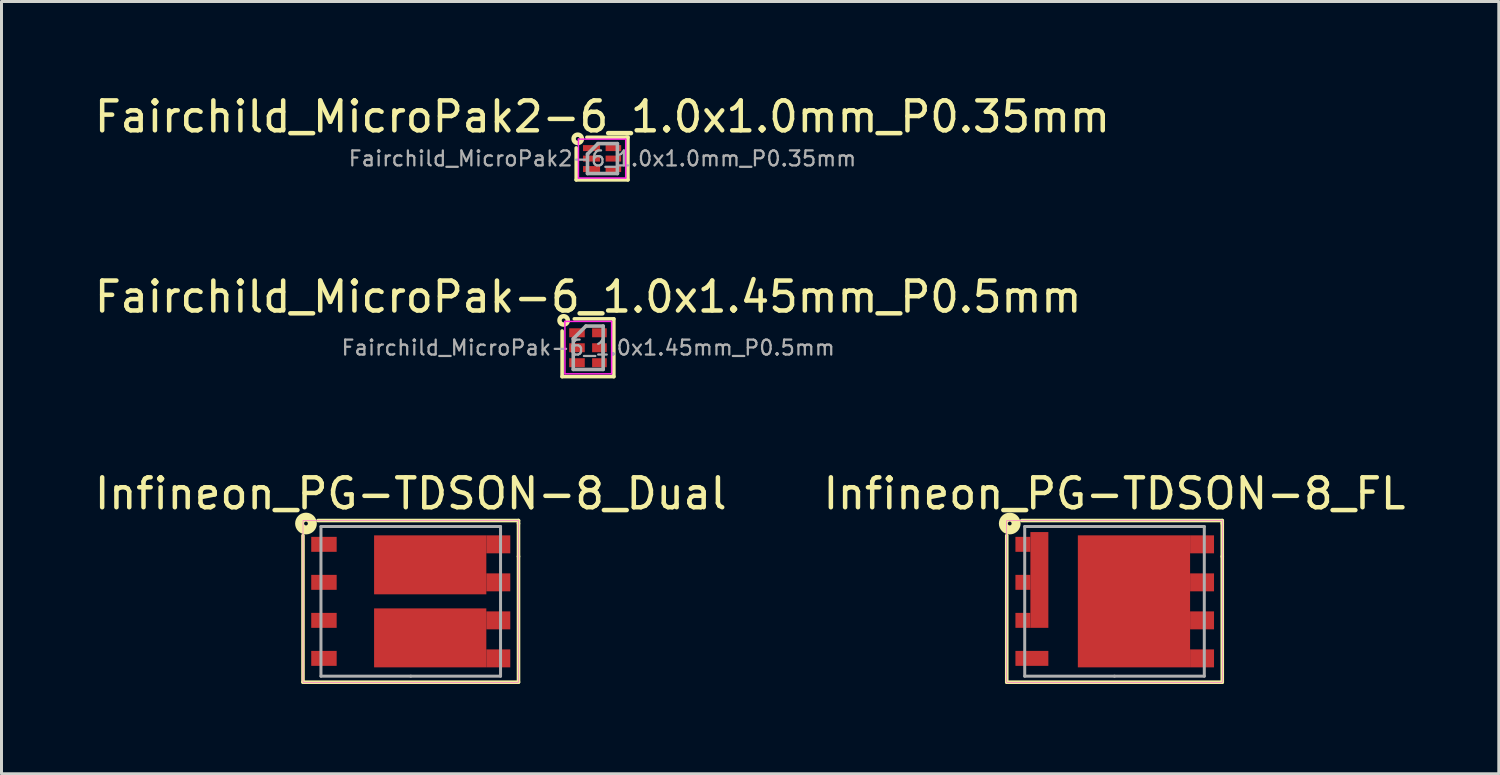
<source format=kicad_pcb>
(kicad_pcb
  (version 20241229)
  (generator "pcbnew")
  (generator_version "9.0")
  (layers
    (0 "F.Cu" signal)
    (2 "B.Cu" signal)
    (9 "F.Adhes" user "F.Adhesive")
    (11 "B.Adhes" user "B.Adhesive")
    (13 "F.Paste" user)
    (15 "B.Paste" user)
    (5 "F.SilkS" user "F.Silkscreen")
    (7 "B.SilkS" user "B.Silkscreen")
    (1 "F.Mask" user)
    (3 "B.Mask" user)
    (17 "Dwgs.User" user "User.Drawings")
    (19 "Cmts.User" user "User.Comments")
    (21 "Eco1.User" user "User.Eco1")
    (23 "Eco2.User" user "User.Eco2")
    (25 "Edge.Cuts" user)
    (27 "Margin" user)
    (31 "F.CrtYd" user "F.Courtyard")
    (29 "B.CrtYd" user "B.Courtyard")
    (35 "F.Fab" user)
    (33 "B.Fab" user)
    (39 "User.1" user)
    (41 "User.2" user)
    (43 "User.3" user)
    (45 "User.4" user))
  (footprint "Fairchild_MicroPak2-6_1.0x1.0mm_P0.35mm"
    (layer "F.Cu")
    (at 17.065 2.248)
    (property "Reference" "Fairchild_MicroPak2-6_1.0x1.0mm_P0.35mm" (at 0.013 -1.4 0) (layer "F.SilkS") (effects (font (size 1 1) (thickness 0.15))))
    (attr smd)
    (fp_line (start -0.864 0.711) (end -0.864 -0.356) (stroke (width 0.12) (type solid)) (layer "F.SilkS"))
    (fp_line (start -0.508 -0.711) (end 0.813 -0.711) (stroke (width 0.12) (type solid)) (layer "F.SilkS"))
    (fp_line (start 0.813 -0.711) (end 0.864 -0.711) (stroke (width 0.12) (type solid)) (layer "F.SilkS"))
    (fp_line (start 0.864 -0.711) (end 0.864 0.711) (stroke (width 0.12) (type solid)) (layer "F.SilkS"))
    (fp_line (start 0.864 0.711) (end -0.864 0.711) (stroke (width 0.12) (type solid)) (layer "F.SilkS"))
    (fp_circle (center -0.813 -0.66) (end -0.749 -0.66) (stroke (width 0.15) (type solid)) (fill no) (layer "F.SilkS"))
    (fp_line (start -0.79 -0.65) (end -0.79 0.65) (stroke (width 0.05) (type solid)) (layer "F.CrtYd"))
    (fp_line (start -0.79 -0.65) (end 0.79 -0.65) (stroke (width 0.05) (type solid)) (layer "F.CrtYd"))
    (fp_line (start 0.79 0.65) (end -0.79 0.65) (stroke (width 0.05) (type solid)) (layer "F.CrtYd"))
    (fp_line (start 0.79 0.65) (end 0.79 -0.65) (stroke (width 0.05) (type solid)) (layer "F.CrtYd"))
    (fp_line (start -0.487 -0.15) (end -0.138 -0.5) (stroke (width 0.12) (type solid)) (layer "F.Fab"))
    (fp_line (start -0.487 0.5) (end -0.487 -0.15) (stroke (width 0.12) (type solid)) (layer "F.Fab"))
    (fp_line (start -0.138 -0.5) (end 0.512 -0.5) (stroke (width 0.12) (type solid)) (layer "F.Fab"))
    (fp_line (start 0.512 -0.5) (end 0.512 0.5) (stroke (width 0.12) (type solid)) (layer "F.Fab"))
    (fp_line (start 0.512 0.5) (end -0.487 0.5) (stroke (width 0.12) (type solid)) (layer "F.Fab"))
    (fp_text user "${REFERENCE}" (at 0.013 0 0) (layer "F.Fab") (effects (font (size 0.5 0.5) (thickness 0.075))))
    (pad "1" smd rect (at -0.352 -0.35) (size 0.57 0.2) (layers "F.Cu" "F.Mask" "F.Paste"))
    (pad "2" smd rect (at -0.352 0) (size 0.57 0.2) (layers "F.Cu" "F.Mask" "F.Paste"))
    (pad "3" smd rect (at -0.352 0.35) (size 0.57 0.2) (layers "F.Cu" "F.Mask" "F.Paste"))
    (pad "4" smd rect (at 0.378 0.35) (size 0.52 0.2) (layers "F.Cu" "F.Mask" "F.Paste"))
    (pad "5" smd rect (at 0.378 0) (size 0.52 0.2) (layers "F.Cu" "F.Mask" "F.Paste"))
    (pad "6" smd rect (at 0.378 -0.35) (size 0.52 0.2) (layers "F.Cu" "F.Mask" "F.Paste")))
  (footprint "Fairchild_MicroPak-6_1.0x1.45mm_P0.5mm"
    (layer "F.Cu")
    (at 16.594 8.568)
    (property "Reference" "Fairchild_MicroPak-6_1.0x1.45mm_P0.5mm" (at 0.007 -1.7 0) (layer "F.SilkS") (effects (font (size 1 1) (thickness 0.15))))
    (attr smd)
    (fp_line (start -0.864 0.965) (end -0.864 -0.559) (stroke (width 0.12) (type solid)) (layer "F.SilkS"))
    (fp_line (start -0.457 -0.965) (end 0.864 -0.965) (stroke (width 0.12) (type solid)) (layer "F.SilkS"))
    (fp_line (start 0.864 -0.965) (end 0.864 0.965) (stroke (width 0.12) (type solid)) (layer "F.SilkS"))
    (fp_line (start 0.864 0.965) (end -0.864 0.965) (stroke (width 0.12) (type solid)) (layer "F.SilkS"))
    (fp_circle (center -0.813 -0.914) (end -0.749 -0.914) (stroke (width 0.15) (type solid)) (fill no) (layer "F.SilkS"))
    (fp_line (start -0.77 -0.88) (end -0.77 0.87) (stroke (width 0.05) (type solid)) (layer "F.CrtYd"))
    (fp_line (start -0.77 -0.88) (end 0.79 -0.88) (stroke (width 0.05) (type solid)) (layer "F.CrtYd"))
    (fp_line (start 0.79 0.87) (end -0.77 0.87) (stroke (width 0.05) (type solid)) (layer "F.CrtYd"))
    (fp_line (start 0.79 0.87) (end 0.79 -0.88) (stroke (width 0.05) (type solid)) (layer "F.CrtYd"))
    (fp_line (start -0.492 -0.3) (end -0.068 -0.725) (stroke (width 0.12) (type solid)) (layer "F.Fab"))
    (fp_line (start -0.492 0.725) (end -0.492 -0.3) (stroke (width 0.12) (type solid)) (layer "F.Fab"))
    (fp_line (start -0.068 -0.725) (end 0.507 -0.725) (stroke (width 0.12) (type solid)) (layer "F.Fab"))
    (fp_line (start 0.507 -0.725) (end 0.507 0.725) (stroke (width 0.12) (type solid)) (layer "F.Fab"))
    (fp_line (start 0.507 0.725) (end -0.492 0.725) (stroke (width 0.12) (type solid)) (layer "F.Fab"))
    (fp_text user "${REFERENCE}" (at 0.007 0 0) (layer "F.Fab") (effects (font (size 0.5 0.5) (thickness 0.075))))
    (pad "1" smd rect (at -0.367 -0.5) (size 0.52 0.3) (layers "F.Cu" "F.Mask" "F.Paste"))
    (pad "2" smd rect (at -0.367 0) (size 0.52 0.3) (layers "F.Cu" "F.Mask" "F.Paste"))
    (pad "3" smd rect (at -0.367 0.5) (size 0.52 0.3) (layers "F.Cu" "F.Mask" "F.Paste"))
    (pad "4" smd rect (at 0.383 0.5) (size 0.49 0.3) (layers "F.Cu" "F.Mask" "F.Paste"))
    (pad "5" smd rect (at 0.383 0) (size 0.49 0.3) (layers "F.Cu" "F.Mask" "F.Paste"))
    (pad "6" smd rect (at 0.383 -0.5) (size 0.49 0.3) (layers "F.Cu" "F.Mask" "F.Paste")))
  (footprint "Infineon_PG-TDSON-8_FL"
    (layer "F.Cu")
    (at 34.185 17.041)
    (property "Reference" "Infineon_PG-TDSON-8_FL" (at 0 -3.6 0) (unlocked yes) (layer "F.SilkS") (effects (font (size 1 1) (thickness 0.15))))
    (fp_line (start -3.6 -2.2) (end -3.6 2.7) (stroke (width 0.12) (type solid)) (layer "F.SilkS"))
    (fp_line (start -3.6 2.7) (end 3.6 2.7) (stroke (width 0.12) (type solid)) (layer "F.SilkS"))
    (fp_line (start 3.6 -2.7) (end -3.1 -2.7) (stroke (width 0.12) (type solid)) (layer "F.SilkS"))
    (fp_line (start 3.6 -2.6) (end 3.6 -2.7) (stroke (width 0.12) (type solid)) (layer "F.SilkS"))
    (fp_line (start 3.6 -2.6) (end 3.6 -1.5) (stroke (width 0.12) (type solid)) (layer "F.SilkS"))
    (fp_line (start 3.6 2.7) (end 3.6 -1.5) (stroke (width 0.12) (type solid)) (layer "F.SilkS"))
    (fp_circle (center -3.5 -2.6) (end -3.5 -2.537) (stroke (width 0.3) (type solid)) (fill no) (layer "F.SilkS"))
    (fp_rect (start -2.92 -1.705) (end -3.27 -2.105) (stroke (width 0) (type solid)) (fill yes) (layer "F.Paste"))
    (fp_rect (start -2.92 -0.435) (end -3.27 -0.835) (stroke (width 0) (type solid)) (fill yes) (layer "F.Paste"))
    (fp_rect (start -2.92 0.835) (end -3.27 0.435) (stroke (width 0) (type solid)) (fill yes) (layer "F.Paste"))
    (fp_rect (start -2.72 -1.365) (end -2.27 -2.265) (stroke (width 0) (type solid)) (fill yes) (layer "F.Paste"))
    (fp_rect (start -2.72 -0.265) (end -2.27 -1.165) (stroke (width 0) (type solid)) (fill yes) (layer "F.Paste"))
    (fp_rect (start -2.72 0.835) (end -2.27 -0.065) (stroke (width 0) (type solid)) (fill yes) (layer "F.Paste"))
    (fp_rect (start -0.95 -1.6) (end 0.55 -0.1) (stroke (width 0) (type solid)) (fill yes) (layer "F.Paste"))
    (fp_rect (start -0.95 0.1) (end 0.55 1.6) (stroke (width 0) (type solid)) (fill yes) (layer "F.Paste"))
    (fp_rect (start 0.75 -1.6) (end 2.25 -0.1) (stroke (width 0) (type solid)) (fill yes) (layer "F.Paste"))
    (fp_rect (start 0.75 0.1) (end 2.25 1.6) (stroke (width 0) (type solid)) (fill yes) (layer "F.Paste"))
    (fp_rect (start -3.6 -2.7) (end 3.6 2.7) (stroke (width 0.013) (type solid)) (fill no) (layer "F.CrtYd"))
    (fp_line (start -3 -2.5) (end -3 2.5) (stroke (width 0.1) (type solid)) (layer "F.Fab"))
    (fp_line (start -3 2.5) (end 0 2.5) (stroke (width 0.1) (type solid)) (layer "F.Fab"))
    (fp_line (start -2.5 -2.5) (end -3 -2.5) (stroke (width 0.1) (type solid)) (layer "F.Fab"))
    (fp_line (start 0 2.5) (end 3 2.5) (stroke (width 0.1) (type solid)) (layer "F.Fab"))
    (fp_line (start 3 -2.5) (end -2.5 -2.5) (stroke (width 0.1) (type solid)) (layer "F.Fab"))
    (fp_line (start 3 2.5) (end 3 -2.5) (stroke (width 0.1) (type solid)) (layer "F.Fab"))
    (pad "1" smd rect (at -3.06 -1.905 270) (size 0.5 0.5) (layers "F.Cu" "F.Mask"))
    (pad "1" smd rect (at -3.06 -0.635 270) (size 0.5 0.5) (layers "F.Cu" "F.Mask"))
    (pad "1" smd rect (at -3.06 0.635 270) (size 0.5 0.5) (layers "F.Cu" "F.Mask"))
    (pad "1" smd rect (at -2.51 -0.715 270) (size 3.2 0.6) (layers "F.Cu" "F.Mask"))
    (pad "2" smd rect (at -2.76 1.905 270) (size 0.5 1.1) (layers "F.Cu" "F.Mask" "F.Paste"))
    (pad "3" smd rect (at 0.65 0 270) (size 4.41 3.75) (layers "F.Cu" "F.Mask"))
    (pad "3" smd rect (at 2.925 -1.905 270) (size 0.6 0.8) (layers "F.Cu" "F.Mask" "F.Paste"))
    (pad "3" smd rect (at 2.925 -0.635 270) (size 0.6 0.8) (layers "F.Cu" "F.Mask" "F.Paste"))
    (pad "3" smd rect (at 2.925 0.635 270) (size 0.6 0.8) (layers "F.Cu" "F.Mask" "F.Paste"))
    (pad "3" smd rect (at 2.925 1.905 270) (size 0.6 0.8) (layers "F.Cu" "F.Mask" "F.Paste")))
  (footprint "Infineon_PG-TDSON-8_Dual"
    (layer "F.Cu")
    (at 10.673 17.041)
    (property "Reference" "Infineon_PG-TDSON-8_Dual" (at 0 -3.6 0) (unlocked yes) (layer "F.SilkS") (effects (font (size 1 1) (thickness 0.15))))
    (fp_line (start -3.6 -2.2) (end -3.6 2.7) (stroke (width 0.12) (type solid)) (layer "F.SilkS"))
    (fp_line (start -3.6 2.7) (end 3.6 2.7) (stroke (width 0.12) (type solid)) (layer "F.SilkS"))
    (fp_line (start 3.6 -2.7) (end -3.1 -2.7) (stroke (width 0.12) (type solid)) (layer "F.SilkS"))
    (fp_line (start 3.6 -2.6) (end 3.6 -2.7) (stroke (width 0.12) (type solid)) (layer "F.SilkS"))
    (fp_line (start 3.6 -2.6) (end 3.6 -1.5) (stroke (width 0.12) (type solid)) (layer "F.SilkS"))
    (fp_line (start 3.6 2.7) (end 3.6 -1.5) (stroke (width 0.12) (type solid)) (layer "F.SilkS"))
    (fp_circle (center -3.5 -2.6) (end -3.5 -2.537) (stroke (width 0.3) (type solid)) (fill no) (layer "F.SilkS"))
    (fp_rect (start -0.95 -1.835) (end 0.55 -0.435) (stroke (width 0) (type solid)) (fill yes) (layer "F.Paste"))
    (fp_rect (start -0.95 0.435) (end 0.55 1.835) (stroke (width 0) (type solid)) (fill yes) (layer "F.Paste"))
    (fp_rect (start 0.75 -1.835) (end 2.25 -0.435) (stroke (width 0) (type solid)) (fill yes) (layer "F.Paste"))
    (fp_rect (start 0.75 0.435) (end 2.25 1.835) (stroke (width 0) (type solid)) (fill yes) (layer "F.Paste"))
    (fp_rect (start -3.6 -2.7) (end 3.6 2.7) (stroke (width 0.013) (type solid)) (fill no) (layer "F.CrtYd"))
    (fp_line (start -3 -2.5) (end -3 2.5) (stroke (width 0.1) (type solid)) (layer "F.Fab"))
    (fp_line (start -3 2.5) (end 0 2.5) (stroke (width 0.1) (type solid)) (layer "F.Fab"))
    (fp_line (start -2.5 -2.5) (end -3 -2.5) (stroke (width 0.1) (type solid)) (layer "F.Fab"))
    (fp_line (start 0 2.5) (end 3 2.5) (stroke (width 0.1) (type solid)) (layer "F.Fab"))
    (fp_line (start 3 -2.5) (end -2.5 -2.5) (stroke (width 0.1) (type solid)) (layer "F.Fab"))
    (fp_line (start 3 2.5) (end 3 -2.5) (stroke (width 0.1) (type solid)) (layer "F.Fab"))
    (pad "1" smd rect (at -2.9 -1.905 270) (size 0.5 0.85) (layers "F.Cu" "F.Mask" "F.Paste"))
    (pad "2" smd rect (at -2.9 -0.635 270) (size 0.5 0.85) (layers "F.Cu" "F.Mask" "F.Paste"))
    (pad "3" smd rect (at -2.9 0.635 270) (size 0.5 0.85) (layers "F.Cu" "F.Mask" "F.Paste"))
    (pad "4" smd rect (at -2.9 1.905 270) (size 0.5 0.85) (layers "F.Cu" "F.Mask" "F.Paste"))
    (pad "5" smd rect (at 0.65 1.22 270) (size 1.97 3.75) (layers "F.Cu" "F.Mask"))
    (pad "5" smd rect (at 2.925 0.635 270) (size 0.6 0.8) (layers "F.Cu" "F.Mask" "F.Paste"))
    (pad "5" smd rect (at 2.925 1.905 270) (size 0.6 0.8) (layers "F.Cu" "F.Mask" "F.Paste"))
    (pad "6" smd rect (at 0.65 -1.22 270) (size 1.97 3.75) (layers "F.Cu" "F.Mask"))
    (pad "6" smd rect (at 2.925 -1.905 270) (size 0.6 0.8) (layers "F.Cu" "F.Mask" "F.Paste"))
    (pad "6" smd rect (at 2.925 -0.635 270) (size 0.6 0.8) (layers "F.Cu" "F.Mask" "F.Paste")))
  (gr_rect
    (start -3 -3)
    (end 47.024 22.801)
    (stroke (width 0.1) (type default))
    (fill no)
    (layer "Edge.Cuts")))
</source>
